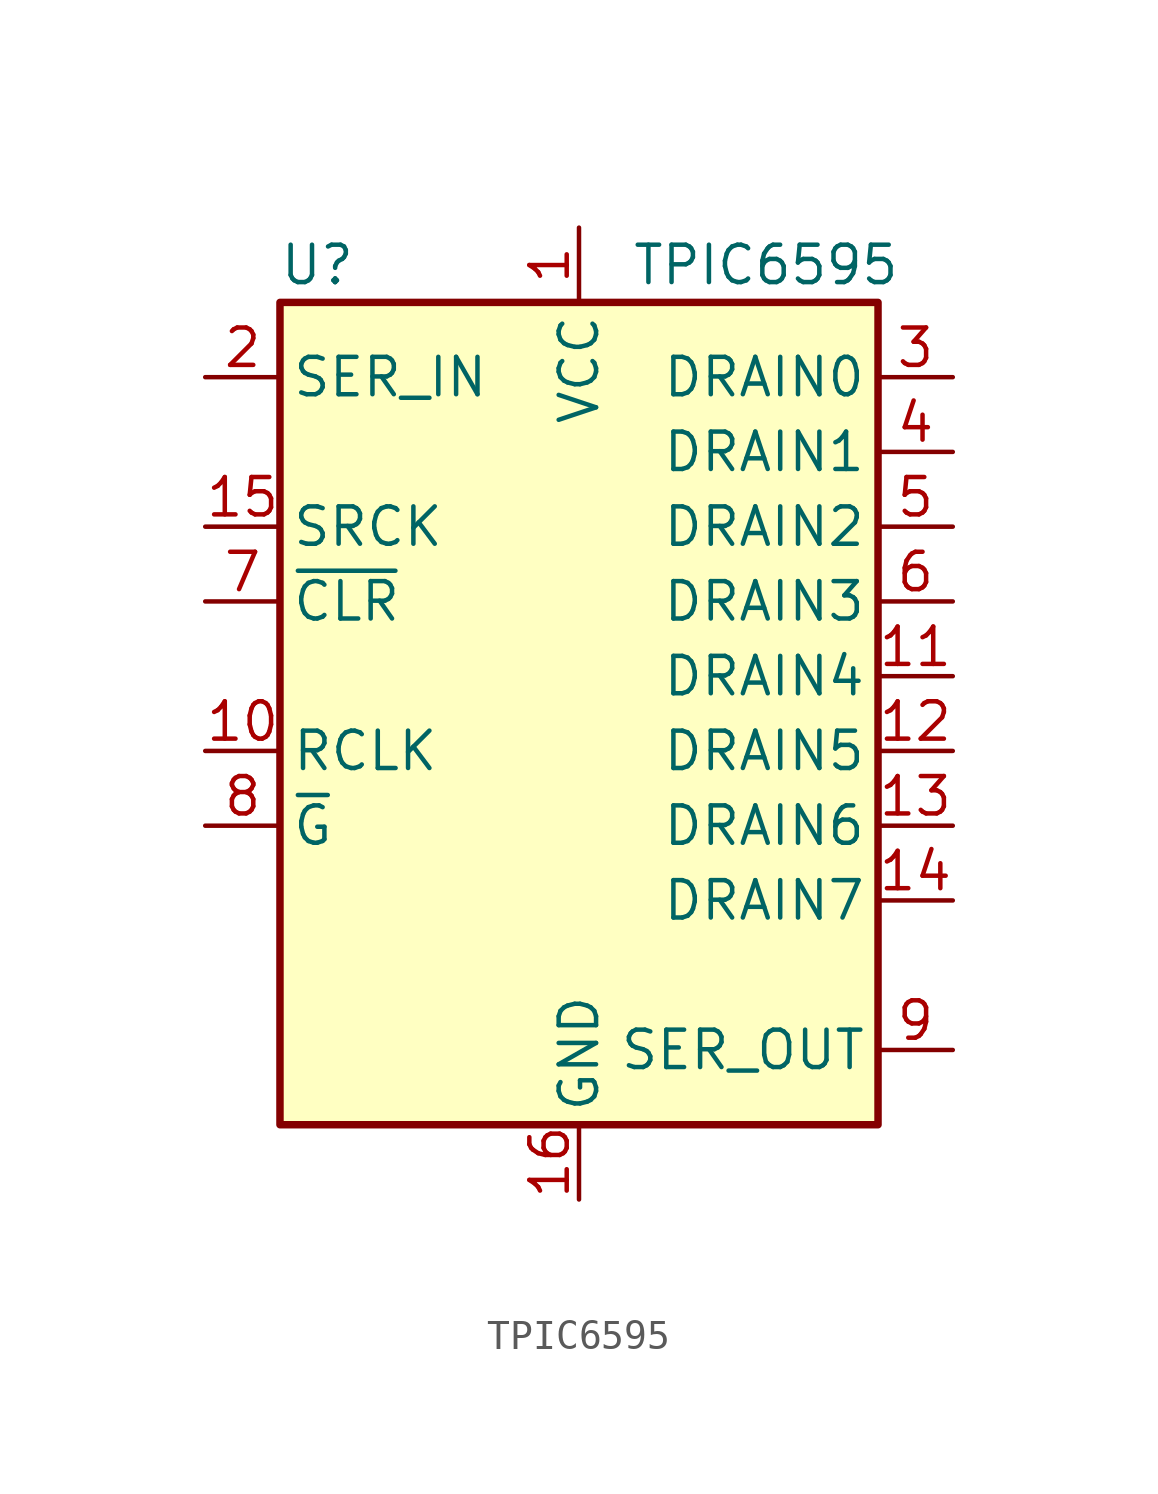
<source format=kicad_sym>
(kicad_symbol_lib
  (version 20220914)
  (generator kicad_symbol_editor)
  (symbol "TPIC6595"
    (pin_names
      (offset 0.381))
    (property "Reference" "U"
      (at -8.89 13.97 0)
      (effects (font (size 1.27 1.27))))
    (property "Value" "TPIC6595"
      (at 6.35 13.97 0)
      (effects (font (size 1.27 1.27))))
    (symbol "TPIC6595_0_1"
      (rectangle (start -10.16 12.7) (end 10.16 -15.24) (stroke (width 0.254) (type default)) (fill (type background))))
    (symbol "TPIC6595_1_1"
      (pin power_in line (at 0 15.24 270) (length 2.54) (name "VCC" (effects (font (size 1.27 1.27)))) (number "1" (effects (font (size 1.27 1.27)))))
      (pin input line (at -12.7 -2.54 0) (length 2.54) (name "RCLK" (effects (font (size 1.27 1.27)))) (number "10" (effects (font (size 1.27 1.27)))))
      (pin open_collector line (at 12.7 0 180) (length 2.54) (name "DRAIN4" (effects (font (size 1.27 1.27)))) (number "11" (effects (font (size 1.27 1.27)))))
      (pin open_collector line (at 12.7 -2.54 180) (length 2.54) (name "DRAIN5" (effects (font (size 1.27 1.27)))) (number "12" (effects (font (size 1.27 1.27)))))
      (pin open_collector line (at 12.7 -5.08 180) (length 2.54) (name "DRAIN6" (effects (font (size 1.27 1.27)))) (number "13" (effects (font (size 1.27 1.27)))))
      (pin open_collector line (at 12.7 -7.62 180) (length 2.54) (name "DRAIN7" (effects (font (size 1.27 1.27)))) (number "14" (effects (font (size 1.27 1.27)))))
      (pin input line (at -12.7 5.08 0) (length 2.54) (name "SRCK" (effects (font (size 1.27 1.27)))) (number "15" (effects (font (size 1.27 1.27)))))
      (pin passive line (at 0 -17.78 90) (length 2.54) (name "GND" (effects (font (size 1.27 1.27)))) (number "16" (effects (font (size 1.27 1.27)))))
      (pin input line (at -12.7 10.16 0) (length 2.54) (name "SER_IN" (effects (font (size 1.27 1.27)))) (number "2" (effects (font (size 1.27 1.27)))))
      (pin open_collector line (at 12.7 10.16 180) (length 2.54) (name "DRAIN0" (effects (font (size 1.27 1.27)))) (number "3" (effects (font (size 1.27 1.27)))))
      (pin open_collector line (at 12.7 7.62 180) (length 2.54) (name "DRAIN1" (effects (font (size 1.27 1.27)))) (number "4" (effects (font (size 1.27 1.27)))))
      (pin open_collector line (at 12.7 5.08 180) (length 2.54) (name "DRAIN2" (effects (font (size 1.27 1.27)))) (number "5" (effects (font (size 1.27 1.27)))))
      (pin open_collector line (at 12.7 2.54 180) (length 2.54) (name "DRAIN3" (effects (font (size 1.27 1.27)))) (number "6" (effects (font (size 1.27 1.27)))))
      (pin input line (at -12.7 2.54 0) (length 2.54) (name "~{CLR}" (effects (font (size 1.27 1.27)))) (number "7" (effects (font (size 1.27 1.27)))))
      (pin input line (at -12.7 -5.08 0) (length 2.54) (name "~{G}" (effects (font (size 1.27 1.27)))) (number "8" (effects (font (size 1.27 1.27)))))
      (pin output line (at 12.7 -12.7 180) (length 2.54) (name "SER_OUT" (effects (font (size 1.27 1.27)))) (number "9" (effects (font (size 1.27 1.27))))))))
</source>
